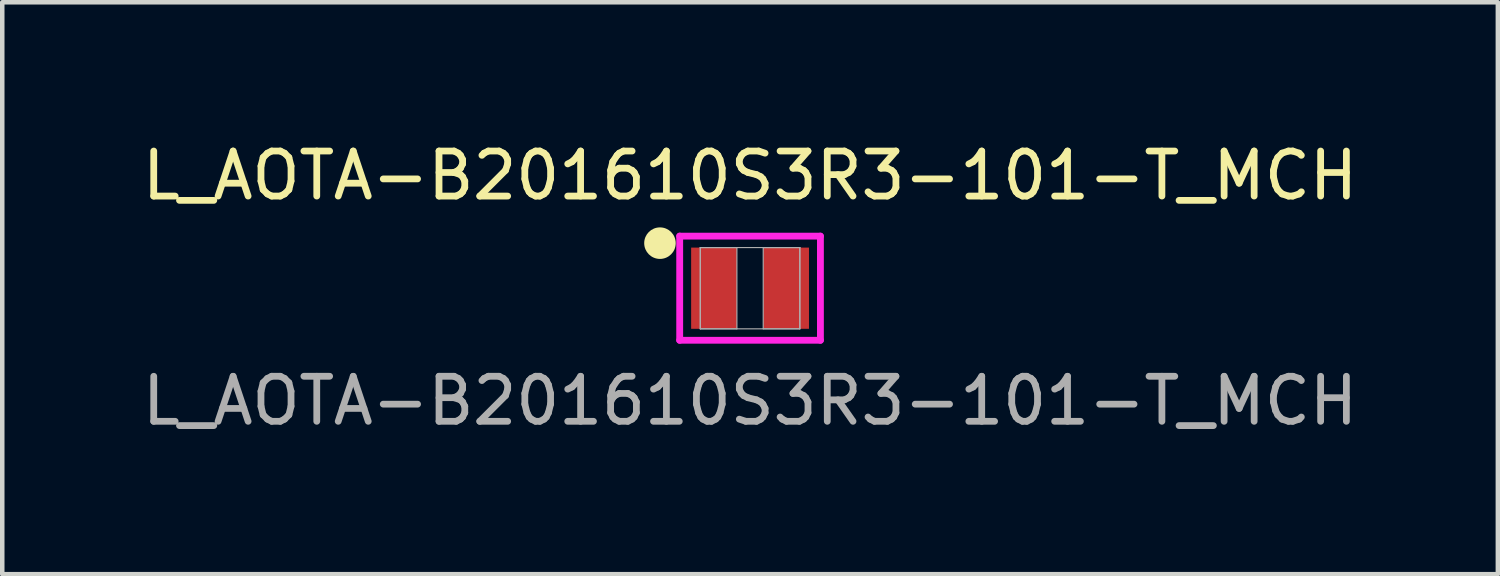
<source format=kicad_pcb>
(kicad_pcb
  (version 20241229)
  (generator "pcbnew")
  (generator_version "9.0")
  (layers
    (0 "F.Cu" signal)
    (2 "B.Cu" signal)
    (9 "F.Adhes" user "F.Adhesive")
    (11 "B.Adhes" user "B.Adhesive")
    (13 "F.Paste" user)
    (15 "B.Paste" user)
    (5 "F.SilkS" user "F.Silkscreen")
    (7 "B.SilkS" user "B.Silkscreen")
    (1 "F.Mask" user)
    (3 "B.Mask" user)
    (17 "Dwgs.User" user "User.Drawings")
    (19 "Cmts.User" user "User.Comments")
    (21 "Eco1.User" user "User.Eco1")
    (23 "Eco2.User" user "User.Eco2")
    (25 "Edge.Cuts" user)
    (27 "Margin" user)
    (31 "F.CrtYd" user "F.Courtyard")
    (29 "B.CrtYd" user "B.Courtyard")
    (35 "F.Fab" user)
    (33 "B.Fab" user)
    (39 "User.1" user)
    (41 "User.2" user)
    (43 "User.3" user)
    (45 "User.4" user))
  (footprint "L_AOTA-B201610S3R3-101-T_MCH"
    (layer "F.Cu")
    (at 13.601 3.348)
    (property "Reference" "L_AOTA-B201610S3R3-101-T_MCH" (at 0 -2.5 0) (unlocked yes) (layer "F.SilkS") (effects (font (size 1 1) (thickness 0.15))))
    (attr smd)
    (fp_circle (center -2 -1) (end -1.7 -1) (stroke (width 0.1) (type solid)) (fill yes) (layer "F.SilkS"))
    (fp_line (start -1.562 -1.156) (end 1.562 -1.156) (stroke (width 0.152) (type solid)) (layer "F.CrtYd"))
    (fp_line (start -1.562 1.156) (end -1.562 -1.156) (stroke (width 0.152) (type solid)) (layer "F.CrtYd"))
    (fp_line (start 1.562 -1.156) (end 1.562 1.156) (stroke (width 0.152) (type solid)) (layer "F.CrtYd"))
    (fp_line (start 1.562 1.156) (end -1.562 1.156) (stroke (width 0.152) (type solid)) (layer "F.CrtYd"))
    (fp_line (start -1.105 -0.902) (end -1.105 0.902) (stroke (width 0.025) (type solid)) (layer "F.Fab"))
    (fp_line (start -1.105 -0.902) (end -1.105 0.902) (stroke (width 0.025) (type solid)) (layer "F.Fab"))
    (fp_line (start -1.105 0.902) (end -0.292 0.902) (stroke (width 0.025) (type solid)) (layer "F.Fab"))
    (fp_line (start -1.105 0.902) (end 1.105 0.902) (stroke (width 0.025) (type solid)) (layer "F.Fab"))
    (fp_line (start -0.292 -0.902) (end -1.105 -0.902) (stroke (width 0.025) (type solid)) (layer "F.Fab"))
    (fp_line (start -0.292 0.902) (end -0.292 -0.902) (stroke (width 0.025) (type solid)) (layer "F.Fab"))
    (fp_line (start 0.292 -0.902) (end 0.292 0.902) (stroke (width 0.025) (type solid)) (layer "F.Fab"))
    (fp_line (start 0.292 0.902) (end 1.105 0.902) (stroke (width 0.025) (type solid)) (layer "F.Fab"))
    (fp_line (start 1.105 -0.902) (end -1.105 -0.902) (stroke (width 0.025) (type solid)) (layer "F.Fab"))
    (fp_line (start 1.105 -0.902) (end 0.292 -0.902) (stroke (width 0.025) (type solid)) (layer "F.Fab"))
    (fp_line (start 1.105 0.902) (end 1.105 -0.902) (stroke (width 0.025) (type solid)) (layer "F.Fab"))
    (fp_line (start 1.105 0.902) (end 1.105 -0.902) (stroke (width 0.025) (type solid)) (layer "F.Fab"))
    (fp_text user "${REFERENCE}" (at 0 2.5 0) (unlocked yes) (layer "F.Fab") (effects (font (size 1 1) (thickness 0.15))))
    (pad "1" smd rect (at -0.8 0) (size 1.016 1.803) (layers "F.Cu" "F.Mask" "F.Paste"))
    (pad "2" smd rect (at 0.8 0) (size 1.016 1.803) (layers "F.Cu" "F.Mask" "F.Paste"))
    (zone (net_name "") (layer "F.Cu") (hatch full 0.508) (connect_pads) (min_thickness 0.254) (filled_areas_thickness no) (keepout (tracks not_allowed) (vias not_allowed) (pads allowed) (copperpour not_allowed) (footprints allowed)) (placement (enabled no)) (fill) (polygon (pts (xy 13.36 2.497) (xy 13.842 2.497) (xy 13.842 4.199) (xy 13.36 4.199)))))
  (gr_rect
    (start -3 -3)
    (end 30.202 9.697)
    (stroke (width 0.1) (type default))
    (fill no)
    (layer "Edge.Cuts")))
</source>
